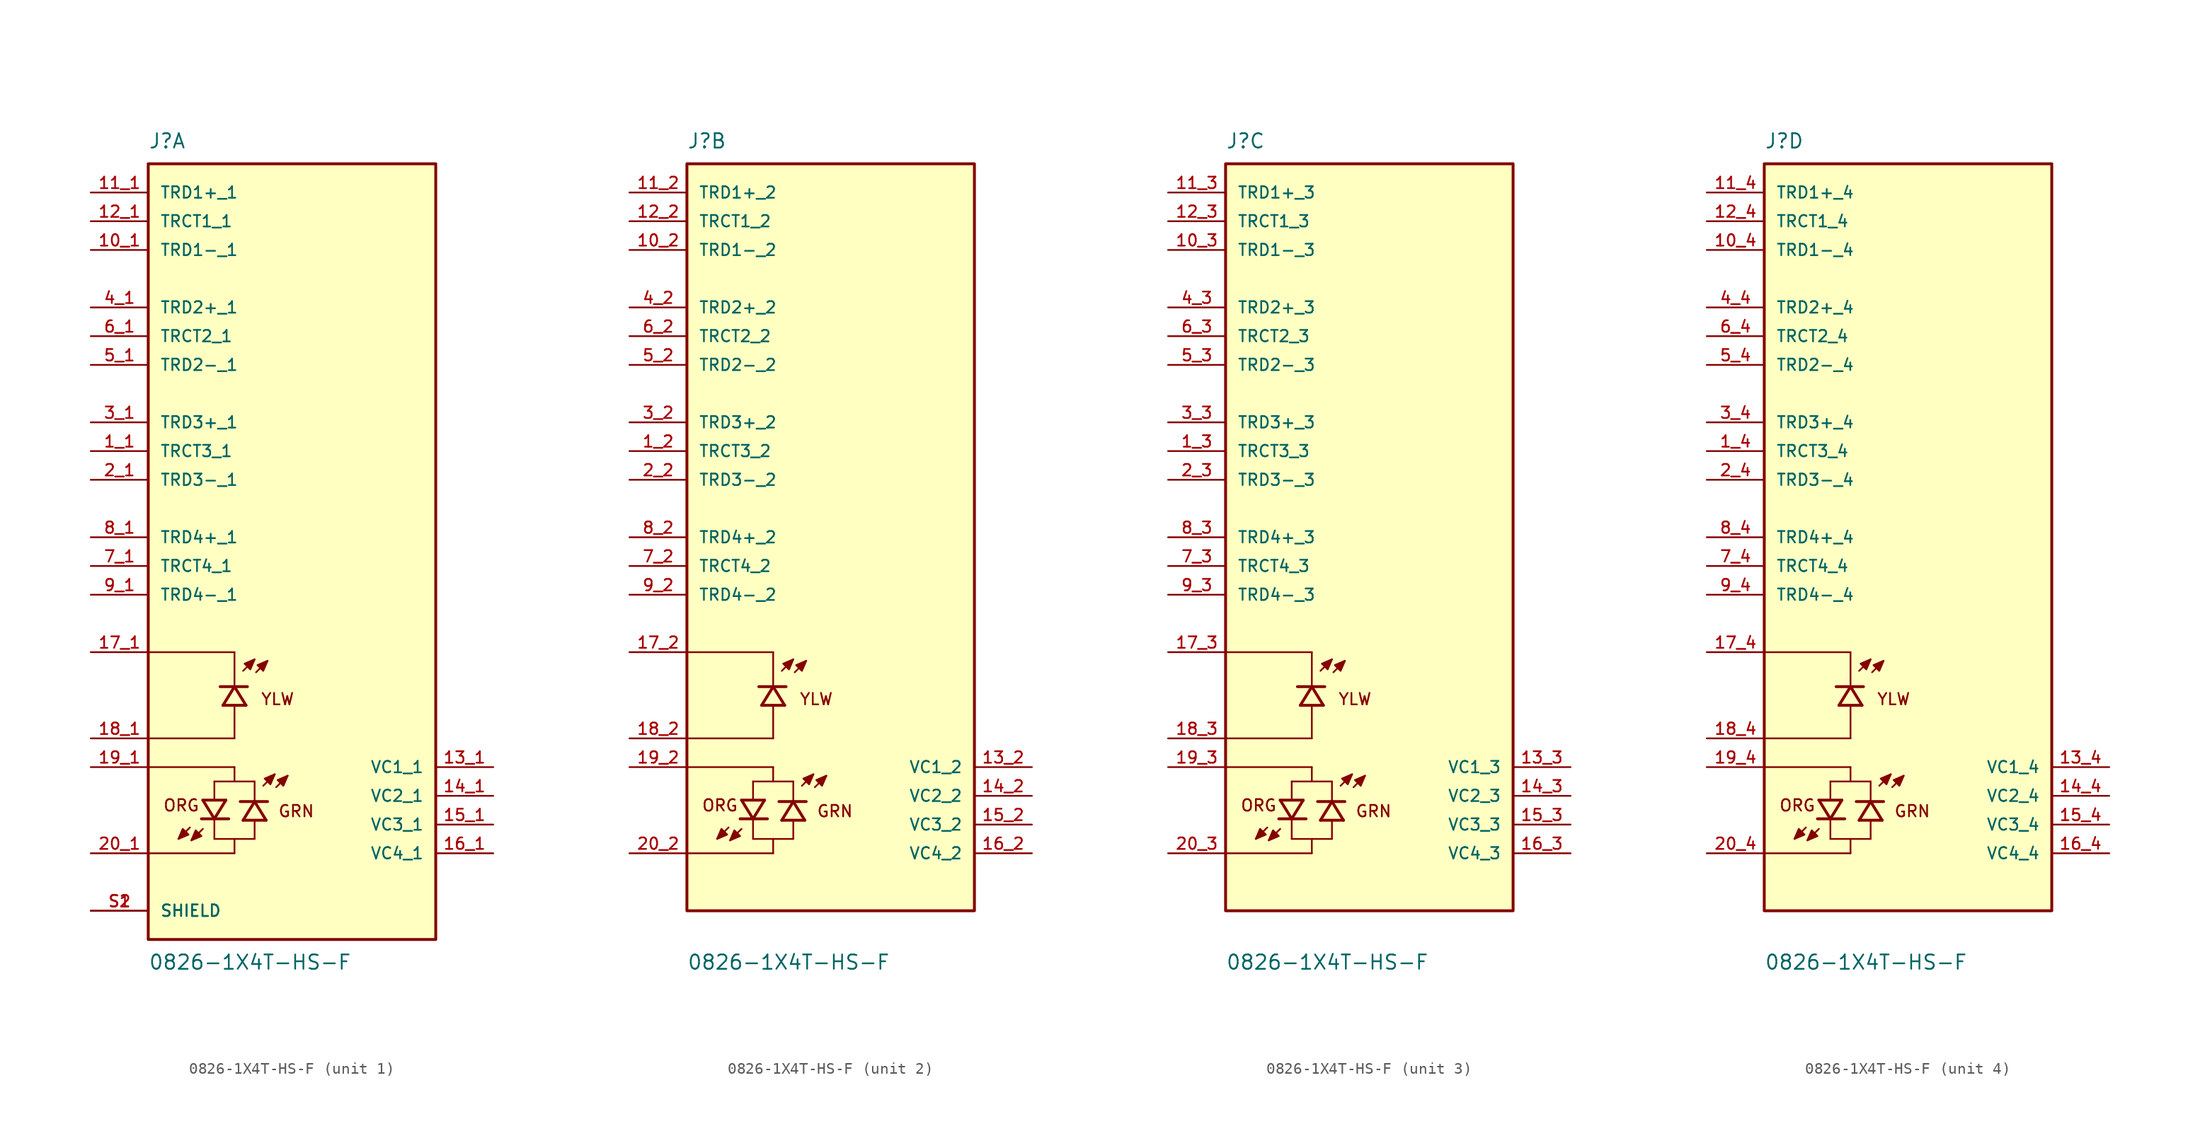
<source format=kicad_sym>
(kicad_symbol_lib
  (version 20220914)
  (generator kicad_symbol_editor)
  (symbol "0826-1X4T-HS-F"
    (pin_names
      (offset 1.016))
    (property "Reference" "J"
      (at -12.7 34.29 0)
      (effects (font (size 1.27 1.27)) (justify left bottom)))
    (property "Value" "0826-1X4T-HS-F"
      (at -12.7 -36.83 0)
      (effects (font (size 1.27 1.27)) (justify left top)))
    (symbol "0826-1X4T-HS-F_1_0"
      (rectangle (start -12.7 -35.56) (end 12.7 33.02) (stroke (width 0.254) (type default)) (fill (type background)))
      (polyline (pts (xy -9.017 -25.654) (xy -10.033 -26.67)) (stroke (width 0.152) (type default)) (fill (type none)))
      (polyline (pts (xy -8.001 -24.892) (xy -6.858 -24.892)) (stroke (width 0.254) (type default)) (fill (type none)))
      (polyline (pts (xy -7.874 -25.781) (xy -8.89 -26.797)) (stroke (width 0.152) (type default)) (fill (type none)))
      (polyline (pts (xy -7.874 -23.241) (xy -6.858 -24.892)) (stroke (width 0.254) (type default)) (fill (type none)))
      (polyline (pts (xy -7.874 -23.241) (xy -5.842 -23.241)) (stroke (width 0.254) (type default)) (fill (type none)))
      (polyline (pts (xy -6.858 -26.67) (xy -5.08 -26.67)) (stroke (width 0.152) (type default)) (fill (type none)))
      (polyline (pts (xy -6.858 -25.019) (xy -6.858 -26.67)) (stroke (width 0.152) (type default)) (fill (type none)))
      (polyline (pts (xy -6.858 -24.892) (xy -5.842 -23.241)) (stroke (width 0.254) (type default)) (fill (type none)))
      (polyline (pts (xy -6.858 -24.892) (xy -5.588 -24.892)) (stroke (width 0.254) (type default)) (fill (type none)))
      (polyline (pts (xy -6.858 -21.59) (xy -6.858 -23.114)) (stroke (width 0.152) (type default)) (fill (type none)))
      (polyline (pts (xy -6.858 -21.59) (xy -5.08 -21.59)) (stroke (width 0.152) (type default)) (fill (type none)))
      (polyline (pts (xy -5.08 -27.94) (xy -12.7 -27.94)) (stroke (width 0.152) (type default)) (fill (type none)))
      (polyline (pts (xy -5.08 -26.67) (xy -5.08 -27.94)) (stroke (width 0.152) (type default)) (fill (type none)))
      (polyline (pts (xy -5.08 -26.67) (xy -3.302 -26.67)) (stroke (width 0.152) (type default)) (fill (type none)))
      (polyline (pts (xy -5.08 -21.59) (xy -5.08 -20.32)) (stroke (width 0.152) (type default)) (fill (type none)))
      (polyline (pts (xy -5.08 -21.59) (xy -3.302 -21.59)) (stroke (width 0.152) (type default)) (fill (type none)))
      (polyline (pts (xy -5.08 -20.32) (xy -12.7 -20.32)) (stroke (width 0.152) (type default)) (fill (type none)))
      (polyline (pts (xy -5.08 -17.78) (xy -12.7 -17.78)) (stroke (width 0.152) (type default)) (fill (type none)))
      (polyline (pts (xy -5.08 -17.78) (xy -5.08 -14.986)) (stroke (width 0.152) (type default)) (fill (type none)))
      (polyline (pts (xy -5.08 -13.208) (xy -6.35 -13.208)) (stroke (width 0.254) (type default)) (fill (type none)))
      (polyline (pts (xy -5.08 -13.208) (xy -6.096 -14.859)) (stroke (width 0.254) (type default)) (fill (type none)))
      (polyline (pts (xy -5.08 -13.081) (xy -5.08 -10.16)) (stroke (width 0.152) (type default)) (fill (type none)))
      (polyline (pts (xy -5.08 -10.16) (xy -12.7 -10.16)) (stroke (width 0.152) (type default)) (fill (type none)))
      (polyline (pts (xy -4.318 -11.811) (xy -3.302 -10.795)) (stroke (width 0.152) (type default)) (fill (type none)))
      (polyline (pts (xy -4.064 -14.859) (xy -6.096 -14.859)) (stroke (width 0.254) (type default)) (fill (type none)))
      (polyline (pts (xy -4.064 -14.859) (xy -5.08 -13.208)) (stroke (width 0.254) (type default)) (fill (type none)))
      (polyline (pts (xy -3.937 -13.208) (xy -5.08 -13.208)) (stroke (width 0.254) (type default)) (fill (type none)))
      (polyline (pts (xy -3.302 -26.67) (xy -3.302 -25.146)) (stroke (width 0.152) (type default)) (fill (type none)))
      (polyline (pts (xy -3.302 -23.368) (xy -4.572 -23.368)) (stroke (width 0.254) (type default)) (fill (type none)))
      (polyline (pts (xy -3.302 -23.368) (xy -4.318 -25.019)) (stroke (width 0.254) (type default)) (fill (type none)))
      (polyline (pts (xy -3.302 -23.241) (xy -3.302 -21.59)) (stroke (width 0.152) (type default)) (fill (type none)))
      (polyline (pts (xy -3.175 -11.938) (xy -2.159 -10.922)) (stroke (width 0.152) (type default)) (fill (type none)))
      (polyline (pts (xy -2.54 -21.971) (xy -1.524 -20.955)) (stroke (width 0.152) (type default)) (fill (type none)))
      (polyline (pts (xy -2.286 -25.019) (xy -4.318 -25.019)) (stroke (width 0.254) (type default)) (fill (type none)))
      (polyline (pts (xy -2.286 -25.019) (xy -3.302 -23.368)) (stroke (width 0.254) (type default)) (fill (type none)))
      (polyline (pts (xy -2.159 -23.368) (xy -3.302 -23.368)) (stroke (width 0.254) (type default)) (fill (type none)))
      (polyline (pts (xy -1.397 -22.098) (xy -0.381 -21.082)) (stroke (width 0.152) (type default)) (fill (type none)))
      (polyline (pts (xy -10.033 -26.67) (xy -9.144 -26.289) (xy -9.652 -25.781) (xy -10.033 -26.67)) (stroke (width 0.152) (type default)) (fill (type outline)))
      (polyline (pts (xy -8.89 -26.797) (xy -8.001 -26.416) (xy -8.509 -25.908) (xy -8.89 -26.797)) (stroke (width 0.152) (type default)) (fill (type outline)))
      (polyline (pts (xy -3.302 -10.795) (xy -4.191 -11.176) (xy -3.683 -11.684) (xy -3.302 -10.795)) (stroke (width 0.152) (type default)) (fill (type outline)))
      (polyline (pts (xy -2.159 -10.922) (xy -3.048 -11.303) (xy -2.54 -11.811) (xy -2.159 -10.922)) (stroke (width 0.152) (type default)) (fill (type outline)))
      (polyline (pts (xy -1.524 -20.955) (xy -2.413 -21.336) (xy -1.905 -21.844) (xy -1.524 -20.955)) (stroke (width 0.152) (type default)) (fill (type outline)))
      (polyline (pts (xy -0.381 -21.082) (xy -1.27 -21.463) (xy -0.762 -21.971) (xy -0.381 -21.082)) (stroke (width 0.152) (type default)) (fill (type outline)))
      (text "GRN" (at -1.27 -23.622 0) (effects (font (size 1.016 1.016)) (justify left top)))
      (text "ORG" (at -11.43 -23.114 0) (effects (font (size 1.016 1.016)) (justify left top)))
      (text "YLW" (at -2.794 -13.716 0) (effects (font (size 1.016 1.016)) (justify left top)))
      (pin passive line (at -17.78 25.4 0) (length 5.08) (name "TRD1-_1" (effects (font (size 1.016 1.016)))) (number "10_1" (effects (font (size 1.016 1.016)))))
      (pin passive line (at -17.78 30.48 0) (length 5.08) (name "TRD1+_1" (effects (font (size 1.016 1.016)))) (number "11_1" (effects (font (size 1.016 1.016)))))
      (pin passive line (at -17.78 27.94 0) (length 5.08) (name "TRCT1_1" (effects (font (size 1.016 1.016)))) (number "12_1" (effects (font (size 1.016 1.016)))))
      (pin passive line (at 17.78 -20.32 180) (length 5.08) (name "VC1_1" (effects (font (size 1.016 1.016)))) (number "13_1" (effects (font (size 1.016 1.016)))))
      (pin passive line (at 17.78 -22.86 180) (length 5.08) (name "VC2_1" (effects (font (size 1.016 1.016)))) (number "14_1" (effects (font (size 1.016 1.016)))))
      (pin passive line (at 17.78 -25.4 180) (length 5.08) (name "VC3_1" (effects (font (size 1.016 1.016)))) (number "15_1" (effects (font (size 1.016 1.016)))))
      (pin passive line (at 17.78 -27.94 180) (length 5.08) (name "VC4_1" (effects (font (size 1.016 1.016)))) (number "16_1" (effects (font (size 1.016 1.016)))))
      (pin passive line (at -17.78 -10.16 0) (length 5.08) (name "~" (effects (font (size 1.016 1.016)))) (number "17_1" (effects (font (size 1.016 1.016)))))
      (pin passive line (at -17.78 -17.78 0) (length 5.08) (name "~" (effects (font (size 1.016 1.016)))) (number "18_1" (effects (font (size 1.016 1.016)))))
      (pin passive line (at -17.78 -20.32 0) (length 5.08) (name "~" (effects (font (size 1.016 1.016)))) (number "19_1" (effects (font (size 1.016 1.016)))))
      (pin passive line (at -17.78 7.62 0) (length 5.08) (name "TRCT3_1" (effects (font (size 1.016 1.016)))) (number "1_1" (effects (font (size 1.016 1.016)))))
      (pin passive line (at -17.78 -27.94 0) (length 5.08) (name "~" (effects (font (size 1.016 1.016)))) (number "20_1" (effects (font (size 1.016 1.016)))))
      (pin passive line (at -17.78 5.08 0) (length 5.08) (name "TRD3-_1" (effects (font (size 1.016 1.016)))) (number "2_1" (effects (font (size 1.016 1.016)))))
      (pin passive line (at -17.78 10.16 0) (length 5.08) (name "TRD3+_1" (effects (font (size 1.016 1.016)))) (number "3_1" (effects (font (size 1.016 1.016)))))
      (pin passive line (at -17.78 20.32 0) (length 5.08) (name "TRD2+_1" (effects (font (size 1.016 1.016)))) (number "4_1" (effects (font (size 1.016 1.016)))))
      (pin passive line (at -17.78 15.24 0) (length 5.08) (name "TRD2-_1" (effects (font (size 1.016 1.016)))) (number "5_1" (effects (font (size 1.016 1.016)))))
      (pin passive line (at -17.78 17.78 0) (length 5.08) (name "TRCT2_1" (effects (font (size 1.016 1.016)))) (number "6_1" (effects (font (size 1.016 1.016)))))
      (pin passive line (at -17.78 -2.54 0) (length 5.08) (name "TRCT4_1" (effects (font (size 1.016 1.016)))) (number "7_1" (effects (font (size 1.016 1.016)))))
      (pin passive line (at -17.78 0 0) (length 5.08) (name "TRD4+_1" (effects (font (size 1.016 1.016)))) (number "8_1" (effects (font (size 1.016 1.016)))))
      (pin passive line (at -17.78 -5.08 0) (length 5.08) (name "TRD4-_1" (effects (font (size 1.016 1.016)))) (number "9_1" (effects (font (size 1.016 1.016)))))
      (pin passive line (at -17.78 -33.02 0) (length 5.08) (name "SHIELD" (effects (font (size 1.016 1.016)))) (number "S1" (effects (font (size 1.016 1.016)))))
      (pin passive line (at -17.78 -33.02 0) (length 5.08) (name "SHIELD" (effects (font (size 1.016 1.016)))) (number "S2" (effects (font (size 1.016 1.016))))))
    (symbol "0826-1X4T-HS-F_2_0"
      (rectangle (start -12.7 -33.02) (end 12.7 33.02) (stroke (width 0.254) (type default)) (fill (type background)))
      (polyline (pts (xy -9.017 -25.654) (xy -10.033 -26.67)) (stroke (width 0.152) (type default)) (fill (type none)))
      (polyline (pts (xy -8.001 -24.892) (xy -6.858 -24.892)) (stroke (width 0.254) (type default)) (fill (type none)))
      (polyline (pts (xy -7.874 -25.781) (xy -8.89 -26.797)) (stroke (width 0.152) (type default)) (fill (type none)))
      (polyline (pts (xy -7.874 -23.241) (xy -6.858 -24.892)) (stroke (width 0.254) (type default)) (fill (type none)))
      (polyline (pts (xy -7.874 -23.241) (xy -5.842 -23.241)) (stroke (width 0.254) (type default)) (fill (type none)))
      (polyline (pts (xy -6.858 -26.67) (xy -5.08 -26.67)) (stroke (width 0.152) (type default)) (fill (type none)))
      (polyline (pts (xy -6.858 -25.019) (xy -6.858 -26.67)) (stroke (width 0.152) (type default)) (fill (type none)))
      (polyline (pts (xy -6.858 -24.892) (xy -5.842 -23.241)) (stroke (width 0.254) (type default)) (fill (type none)))
      (polyline (pts (xy -6.858 -24.892) (xy -5.588 -24.892)) (stroke (width 0.254) (type default)) (fill (type none)))
      (polyline (pts (xy -6.858 -21.59) (xy -6.858 -23.114)) (stroke (width 0.152) (type default)) (fill (type none)))
      (polyline (pts (xy -6.858 -21.59) (xy -5.08 -21.59)) (stroke (width 0.152) (type default)) (fill (type none)))
      (polyline (pts (xy -5.08 -27.94) (xy -12.7 -27.94)) (stroke (width 0.152) (type default)) (fill (type none)))
      (polyline (pts (xy -5.08 -26.67) (xy -5.08 -27.94)) (stroke (width 0.152) (type default)) (fill (type none)))
      (polyline (pts (xy -5.08 -26.67) (xy -3.302 -26.67)) (stroke (width 0.152) (type default)) (fill (type none)))
      (polyline (pts (xy -5.08 -21.59) (xy -5.08 -20.32)) (stroke (width 0.152) (type default)) (fill (type none)))
      (polyline (pts (xy -5.08 -21.59) (xy -3.302 -21.59)) (stroke (width 0.152) (type default)) (fill (type none)))
      (polyline (pts (xy -5.08 -20.32) (xy -12.7 -20.32)) (stroke (width 0.152) (type default)) (fill (type none)))
      (polyline (pts (xy -5.08 -17.78) (xy -12.7 -17.78)) (stroke (width 0.152) (type default)) (fill (type none)))
      (polyline (pts (xy -5.08 -17.78) (xy -5.08 -14.986)) (stroke (width 0.152) (type default)) (fill (type none)))
      (polyline (pts (xy -5.08 -13.208) (xy -6.35 -13.208)) (stroke (width 0.254) (type default)) (fill (type none)))
      (polyline (pts (xy -5.08 -13.208) (xy -6.096 -14.859)) (stroke (width 0.254) (type default)) (fill (type none)))
      (polyline (pts (xy -5.08 -13.081) (xy -5.08 -10.16)) (stroke (width 0.152) (type default)) (fill (type none)))
      (polyline (pts (xy -5.08 -10.16) (xy -12.7 -10.16)) (stroke (width 0.152) (type default)) (fill (type none)))
      (polyline (pts (xy -4.318 -11.811) (xy -3.302 -10.795)) (stroke (width 0.152) (type default)) (fill (type none)))
      (polyline (pts (xy -4.064 -14.859) (xy -6.096 -14.859)) (stroke (width 0.254) (type default)) (fill (type none)))
      (polyline (pts (xy -4.064 -14.859) (xy -5.08 -13.208)) (stroke (width 0.254) (type default)) (fill (type none)))
      (polyline (pts (xy -3.937 -13.208) (xy -5.08 -13.208)) (stroke (width 0.254) (type default)) (fill (type none)))
      (polyline (pts (xy -3.302 -26.67) (xy -3.302 -25.146)) (stroke (width 0.152) (type default)) (fill (type none)))
      (polyline (pts (xy -3.302 -23.368) (xy -4.572 -23.368)) (stroke (width 0.254) (type default)) (fill (type none)))
      (polyline (pts (xy -3.302 -23.368) (xy -4.318 -25.019)) (stroke (width 0.254) (type default)) (fill (type none)))
      (polyline (pts (xy -3.302 -23.241) (xy -3.302 -21.59)) (stroke (width 0.152) (type default)) (fill (type none)))
      (polyline (pts (xy -3.175 -11.938) (xy -2.159 -10.922)) (stroke (width 0.152) (type default)) (fill (type none)))
      (polyline (pts (xy -2.54 -21.971) (xy -1.524 -20.955)) (stroke (width 0.152) (type default)) (fill (type none)))
      (polyline (pts (xy -2.286 -25.019) (xy -4.318 -25.019)) (stroke (width 0.254) (type default)) (fill (type none)))
      (polyline (pts (xy -2.286 -25.019) (xy -3.302 -23.368)) (stroke (width 0.254) (type default)) (fill (type none)))
      (polyline (pts (xy -2.159 -23.368) (xy -3.302 -23.368)) (stroke (width 0.254) (type default)) (fill (type none)))
      (polyline (pts (xy -1.397 -22.098) (xy -0.381 -21.082)) (stroke (width 0.152) (type default)) (fill (type none)))
      (polyline (pts (xy -10.033 -26.67) (xy -9.144 -26.289) (xy -9.652 -25.781) (xy -10.033 -26.67)) (stroke (width 0.152) (type default)) (fill (type outline)))
      (polyline (pts (xy -8.89 -26.797) (xy -8.001 -26.416) (xy -8.509 -25.908) (xy -8.89 -26.797)) (stroke (width 0.152) (type default)) (fill (type outline)))
      (polyline (pts (xy -3.302 -10.795) (xy -4.191 -11.176) (xy -3.683 -11.684) (xy -3.302 -10.795)) (stroke (width 0.152) (type default)) (fill (type outline)))
      (polyline (pts (xy -2.159 -10.922) (xy -3.048 -11.303) (xy -2.54 -11.811) (xy -2.159 -10.922)) (stroke (width 0.152) (type default)) (fill (type outline)))
      (polyline (pts (xy -1.524 -20.955) (xy -2.413 -21.336) (xy -1.905 -21.844) (xy -1.524 -20.955)) (stroke (width 0.152) (type default)) (fill (type outline)))
      (polyline (pts (xy -0.381 -21.082) (xy -1.27 -21.463) (xy -0.762 -21.971) (xy -0.381 -21.082)) (stroke (width 0.152) (type default)) (fill (type outline)))
      (text "GRN" (at -1.27 -23.622 0) (effects (font (size 1.016 1.016)) (justify left top)))
      (text "ORG" (at -11.43 -23.114 0) (effects (font (size 1.016 1.016)) (justify left top)))
      (text "YLW" (at -2.794 -13.716 0) (effects (font (size 1.016 1.016)) (justify left top)))
      (pin passive line (at -17.78 25.4 0) (length 5.08) (name "TRD1-_2" (effects (font (size 1.016 1.016)))) (number "10_2" (effects (font (size 1.016 1.016)))))
      (pin passive line (at -17.78 30.48 0) (length 5.08) (name "TRD1+_2" (effects (font (size 1.016 1.016)))) (number "11_2" (effects (font (size 1.016 1.016)))))
      (pin passive line (at -17.78 27.94 0) (length 5.08) (name "TRCT1_2" (effects (font (size 1.016 1.016)))) (number "12_2" (effects (font (size 1.016 1.016)))))
      (pin passive line (at 17.78 -20.32 180) (length 5.08) (name "VC1_2" (effects (font (size 1.016 1.016)))) (number "13_2" (effects (font (size 1.016 1.016)))))
      (pin passive line (at 17.78 -22.86 180) (length 5.08) (name "VC2_2" (effects (font (size 1.016 1.016)))) (number "14_2" (effects (font (size 1.016 1.016)))))
      (pin passive line (at 17.78 -25.4 180) (length 5.08) (name "VC3_2" (effects (font (size 1.016 1.016)))) (number "15_2" (effects (font (size 1.016 1.016)))))
      (pin passive line (at 17.78 -27.94 180) (length 5.08) (name "VC4_2" (effects (font (size 1.016 1.016)))) (number "16_2" (effects (font (size 1.016 1.016)))))
      (pin passive line (at -17.78 -10.16 0) (length 5.08) (name "~" (effects (font (size 1.016 1.016)))) (number "17_2" (effects (font (size 1.016 1.016)))))
      (pin passive line (at -17.78 -17.78 0) (length 5.08) (name "~" (effects (font (size 1.016 1.016)))) (number "18_2" (effects (font (size 1.016 1.016)))))
      (pin passive line (at -17.78 -20.32 0) (length 5.08) (name "~" (effects (font (size 1.016 1.016)))) (number "19_2" (effects (font (size 1.016 1.016)))))
      (pin passive line (at -17.78 7.62 0) (length 5.08) (name "TRCT3_2" (effects (font (size 1.016 1.016)))) (number "1_2" (effects (font (size 1.016 1.016)))))
      (pin passive line (at -17.78 -27.94 0) (length 5.08) (name "~" (effects (font (size 1.016 1.016)))) (number "20_2" (effects (font (size 1.016 1.016)))))
      (pin passive line (at -17.78 5.08 0) (length 5.08) (name "TRD3-_2" (effects (font (size 1.016 1.016)))) (number "2_2" (effects (font (size 1.016 1.016)))))
      (pin passive line (at -17.78 10.16 0) (length 5.08) (name "TRD3+_2" (effects (font (size 1.016 1.016)))) (number "3_2" (effects (font (size 1.016 1.016)))))
      (pin passive line (at -17.78 20.32 0) (length 5.08) (name "TRD2+_2" (effects (font (size 1.016 1.016)))) (number "4_2" (effects (font (size 1.016 1.016)))))
      (pin passive line (at -17.78 15.24 0) (length 5.08) (name "TRD2-_2" (effects (font (size 1.016 1.016)))) (number "5_2" (effects (font (size 1.016 1.016)))))
      (pin passive line (at -17.78 17.78 0) (length 5.08) (name "TRCT2_2" (effects (font (size 1.016 1.016)))) (number "6_2" (effects (font (size 1.016 1.016)))))
      (pin passive line (at -17.78 -2.54 0) (length 5.08) (name "TRCT4_2" (effects (font (size 1.016 1.016)))) (number "7_2" (effects (font (size 1.016 1.016)))))
      (pin passive line (at -17.78 0 0) (length 5.08) (name "TRD4+_2" (effects (font (size 1.016 1.016)))) (number "8_2" (effects (font (size 1.016 1.016)))))
      (pin passive line (at -17.78 -5.08 0) (length 5.08) (name "TRD4-_2" (effects (font (size 1.016 1.016)))) (number "9_2" (effects (font (size 1.016 1.016))))))
    (symbol "0826-1X4T-HS-F_3_0"
      (rectangle (start -12.7 -33.02) (end 12.7 33.02) (stroke (width 0.254) (type default)) (fill (type background)))
      (polyline (pts (xy -9.017 -25.654) (xy -10.033 -26.67)) (stroke (width 0.152) (type default)) (fill (type none)))
      (polyline (pts (xy -8.001 -24.892) (xy -6.858 -24.892)) (stroke (width 0.254) (type default)) (fill (type none)))
      (polyline (pts (xy -7.874 -25.781) (xy -8.89 -26.797)) (stroke (width 0.152) (type default)) (fill (type none)))
      (polyline (pts (xy -7.874 -23.241) (xy -6.858 -24.892)) (stroke (width 0.254) (type default)) (fill (type none)))
      (polyline (pts (xy -7.874 -23.241) (xy -5.842 -23.241)) (stroke (width 0.254) (type default)) (fill (type none)))
      (polyline (pts (xy -6.858 -26.67) (xy -5.08 -26.67)) (stroke (width 0.152) (type default)) (fill (type none)))
      (polyline (pts (xy -6.858 -25.019) (xy -6.858 -26.67)) (stroke (width 0.152) (type default)) (fill (type none)))
      (polyline (pts (xy -6.858 -24.892) (xy -5.842 -23.241)) (stroke (width 0.254) (type default)) (fill (type none)))
      (polyline (pts (xy -6.858 -24.892) (xy -5.588 -24.892)) (stroke (width 0.254) (type default)) (fill (type none)))
      (polyline (pts (xy -6.858 -21.59) (xy -6.858 -23.114)) (stroke (width 0.152) (type default)) (fill (type none)))
      (polyline (pts (xy -6.858 -21.59) (xy -5.08 -21.59)) (stroke (width 0.152) (type default)) (fill (type none)))
      (polyline (pts (xy -5.08 -27.94) (xy -12.7 -27.94)) (stroke (width 0.152) (type default)) (fill (type none)))
      (polyline (pts (xy -5.08 -26.67) (xy -5.08 -27.94)) (stroke (width 0.152) (type default)) (fill (type none)))
      (polyline (pts (xy -5.08 -26.67) (xy -3.302 -26.67)) (stroke (width 0.152) (type default)) (fill (type none)))
      (polyline (pts (xy -5.08 -21.59) (xy -5.08 -20.32)) (stroke (width 0.152) (type default)) (fill (type none)))
      (polyline (pts (xy -5.08 -21.59) (xy -3.302 -21.59)) (stroke (width 0.152) (type default)) (fill (type none)))
      (polyline (pts (xy -5.08 -20.32) (xy -12.7 -20.32)) (stroke (width 0.152) (type default)) (fill (type none)))
      (polyline (pts (xy -5.08 -17.78) (xy -12.7 -17.78)) (stroke (width 0.152) (type default)) (fill (type none)))
      (polyline (pts (xy -5.08 -17.78) (xy -5.08 -14.986)) (stroke (width 0.152) (type default)) (fill (type none)))
      (polyline (pts (xy -5.08 -13.208) (xy -6.35 -13.208)) (stroke (width 0.254) (type default)) (fill (type none)))
      (polyline (pts (xy -5.08 -13.208) (xy -6.096 -14.859)) (stroke (width 0.254) (type default)) (fill (type none)))
      (polyline (pts (xy -5.08 -13.081) (xy -5.08 -10.16)) (stroke (width 0.152) (type default)) (fill (type none)))
      (polyline (pts (xy -5.08 -10.16) (xy -12.7 -10.16)) (stroke (width 0.152) (type default)) (fill (type none)))
      (polyline (pts (xy -4.318 -11.811) (xy -3.302 -10.795)) (stroke (width 0.152) (type default)) (fill (type none)))
      (polyline (pts (xy -4.064 -14.859) (xy -6.096 -14.859)) (stroke (width 0.254) (type default)) (fill (type none)))
      (polyline (pts (xy -4.064 -14.859) (xy -5.08 -13.208)) (stroke (width 0.254) (type default)) (fill (type none)))
      (polyline (pts (xy -3.937 -13.208) (xy -5.08 -13.208)) (stroke (width 0.254) (type default)) (fill (type none)))
      (polyline (pts (xy -3.302 -26.67) (xy -3.302 -25.146)) (stroke (width 0.152) (type default)) (fill (type none)))
      (polyline (pts (xy -3.302 -23.368) (xy -4.572 -23.368)) (stroke (width 0.254) (type default)) (fill (type none)))
      (polyline (pts (xy -3.302 -23.368) (xy -4.318 -25.019)) (stroke (width 0.254) (type default)) (fill (type none)))
      (polyline (pts (xy -3.302 -23.241) (xy -3.302 -21.59)) (stroke (width 0.152) (type default)) (fill (type none)))
      (polyline (pts (xy -3.175 -11.938) (xy -2.159 -10.922)) (stroke (width 0.152) (type default)) (fill (type none)))
      (polyline (pts (xy -2.54 -21.971) (xy -1.524 -20.955)) (stroke (width 0.152) (type default)) (fill (type none)))
      (polyline (pts (xy -2.286 -25.019) (xy -4.318 -25.019)) (stroke (width 0.254) (type default)) (fill (type none)))
      (polyline (pts (xy -2.286 -25.019) (xy -3.302 -23.368)) (stroke (width 0.254) (type default)) (fill (type none)))
      (polyline (pts (xy -2.159 -23.368) (xy -3.302 -23.368)) (stroke (width 0.254) (type default)) (fill (type none)))
      (polyline (pts (xy -1.397 -22.098) (xy -0.381 -21.082)) (stroke (width 0.152) (type default)) (fill (type none)))
      (polyline (pts (xy -10.033 -26.67) (xy -9.144 -26.289) (xy -9.652 -25.781) (xy -10.033 -26.67)) (stroke (width 0.152) (type default)) (fill (type outline)))
      (polyline (pts (xy -8.89 -26.797) (xy -8.001 -26.416) (xy -8.509 -25.908) (xy -8.89 -26.797)) (stroke (width 0.152) (type default)) (fill (type outline)))
      (polyline (pts (xy -3.302 -10.795) (xy -4.191 -11.176) (xy -3.683 -11.684) (xy -3.302 -10.795)) (stroke (width 0.152) (type default)) (fill (type outline)))
      (polyline (pts (xy -2.159 -10.922) (xy -3.048 -11.303) (xy -2.54 -11.811) (xy -2.159 -10.922)) (stroke (width 0.152) (type default)) (fill (type outline)))
      (polyline (pts (xy -1.524 -20.955) (xy -2.413 -21.336) (xy -1.905 -21.844) (xy -1.524 -20.955)) (stroke (width 0.152) (type default)) (fill (type outline)))
      (polyline (pts (xy -0.381 -21.082) (xy -1.27 -21.463) (xy -0.762 -21.971) (xy -0.381 -21.082)) (stroke (width 0.152) (type default)) (fill (type outline)))
      (text "GRN" (at -1.27 -23.622 0) (effects (font (size 1.016 1.016)) (justify left top)))
      (text "ORG" (at -11.43 -23.114 0) (effects (font (size 1.016 1.016)) (justify left top)))
      (text "YLW" (at -2.794 -13.716 0) (effects (font (size 1.016 1.016)) (justify left top)))
      (pin passive line (at -17.78 25.4 0) (length 5.08) (name "TRD1-_3" (effects (font (size 1.016 1.016)))) (number "10_3" (effects (font (size 1.016 1.016)))))
      (pin passive line (at -17.78 30.48 0) (length 5.08) (name "TRD1+_3" (effects (font (size 1.016 1.016)))) (number "11_3" (effects (font (size 1.016 1.016)))))
      (pin passive line (at -17.78 27.94 0) (length 5.08) (name "TRCT1_3" (effects (font (size 1.016 1.016)))) (number "12_3" (effects (font (size 1.016 1.016)))))
      (pin passive line (at 17.78 -20.32 180) (length 5.08) (name "VC1_3" (effects (font (size 1.016 1.016)))) (number "13_3" (effects (font (size 1.016 1.016)))))
      (pin passive line (at 17.78 -22.86 180) (length 5.08) (name "VC2_3" (effects (font (size 1.016 1.016)))) (number "14_3" (effects (font (size 1.016 1.016)))))
      (pin passive line (at 17.78 -25.4 180) (length 5.08) (name "VC3_3" (effects (font (size 1.016 1.016)))) (number "15_3" (effects (font (size 1.016 1.016)))))
      (pin passive line (at 17.78 -27.94 180) (length 5.08) (name "VC4_3" (effects (font (size 1.016 1.016)))) (number "16_3" (effects (font (size 1.016 1.016)))))
      (pin passive line (at -17.78 -10.16 0) (length 5.08) (name "~" (effects (font (size 1.016 1.016)))) (number "17_3" (effects (font (size 1.016 1.016)))))
      (pin passive line (at -17.78 -17.78 0) (length 5.08) (name "~" (effects (font (size 1.016 1.016)))) (number "18_3" (effects (font (size 1.016 1.016)))))
      (pin passive line (at -17.78 -20.32 0) (length 5.08) (name "~" (effects (font (size 1.016 1.016)))) (number "19_3" (effects (font (size 1.016 1.016)))))
      (pin passive line (at -17.78 7.62 0) (length 5.08) (name "TRCT3_3" (effects (font (size 1.016 1.016)))) (number "1_3" (effects (font (size 1.016 1.016)))))
      (pin passive line (at -17.78 -27.94 0) (length 5.08) (name "~" (effects (font (size 1.016 1.016)))) (number "20_3" (effects (font (size 1.016 1.016)))))
      (pin passive line (at -17.78 5.08 0) (length 5.08) (name "TRD3-_3" (effects (font (size 1.016 1.016)))) (number "2_3" (effects (font (size 1.016 1.016)))))
      (pin passive line (at -17.78 10.16 0) (length 5.08) (name "TRD3+_3" (effects (font (size 1.016 1.016)))) (number "3_3" (effects (font (size 1.016 1.016)))))
      (pin passive line (at -17.78 20.32 0) (length 5.08) (name "TRD2+_3" (effects (font (size 1.016 1.016)))) (number "4_3" (effects (font (size 1.016 1.016)))))
      (pin passive line (at -17.78 15.24 0) (length 5.08) (name "TRD2-_3" (effects (font (size 1.016 1.016)))) (number "5_3" (effects (font (size 1.016 1.016)))))
      (pin passive line (at -17.78 17.78 0) (length 5.08) (name "TRCT2_3" (effects (font (size 1.016 1.016)))) (number "6_3" (effects (font (size 1.016 1.016)))))
      (pin passive line (at -17.78 -2.54 0) (length 5.08) (name "TRCT4_3" (effects (font (size 1.016 1.016)))) (number "7_3" (effects (font (size 1.016 1.016)))))
      (pin passive line (at -17.78 0 0) (length 5.08) (name "TRD4+_3" (effects (font (size 1.016 1.016)))) (number "8_3" (effects (font (size 1.016 1.016)))))
      (pin passive line (at -17.78 -5.08 0) (length 5.08) (name "TRD4-_3" (effects (font (size 1.016 1.016)))) (number "9_3" (effects (font (size 1.016 1.016))))))
    (symbol "0826-1X4T-HS-F_4_0"
      (rectangle (start -12.7 -33.02) (end 12.7 33.02) (stroke (width 0.254) (type default)) (fill (type background)))
      (polyline (pts (xy -9.017 -25.654) (xy -10.033 -26.67)) (stroke (width 0.152) (type default)) (fill (type none)))
      (polyline (pts (xy -8.001 -24.892) (xy -6.858 -24.892)) (stroke (width 0.254) (type default)) (fill (type none)))
      (polyline (pts (xy -7.874 -25.781) (xy -8.89 -26.797)) (stroke (width 0.152) (type default)) (fill (type none)))
      (polyline (pts (xy -7.874 -23.241) (xy -6.858 -24.892)) (stroke (width 0.254) (type default)) (fill (type none)))
      (polyline (pts (xy -7.874 -23.241) (xy -5.842 -23.241)) (stroke (width 0.254) (type default)) (fill (type none)))
      (polyline (pts (xy -6.858 -26.67) (xy -5.08 -26.67)) (stroke (width 0.152) (type default)) (fill (type none)))
      (polyline (pts (xy -6.858 -25.019) (xy -6.858 -26.67)) (stroke (width 0.152) (type default)) (fill (type none)))
      (polyline (pts (xy -6.858 -24.892) (xy -5.842 -23.241)) (stroke (width 0.254) (type default)) (fill (type none)))
      (polyline (pts (xy -6.858 -24.892) (xy -5.588 -24.892)) (stroke (width 0.254) (type default)) (fill (type none)))
      (polyline (pts (xy -6.858 -21.59) (xy -6.858 -23.114)) (stroke (width 0.152) (type default)) (fill (type none)))
      (polyline (pts (xy -6.858 -21.59) (xy -5.08 -21.59)) (stroke (width 0.152) (type default)) (fill (type none)))
      (polyline (pts (xy -5.08 -27.94) (xy -12.7 -27.94)) (stroke (width 0.152) (type default)) (fill (type none)))
      (polyline (pts (xy -5.08 -26.67) (xy -5.08 -27.94)) (stroke (width 0.152) (type default)) (fill (type none)))
      (polyline (pts (xy -5.08 -26.67) (xy -3.302 -26.67)) (stroke (width 0.152) (type default)) (fill (type none)))
      (polyline (pts (xy -5.08 -21.59) (xy -5.08 -20.32)) (stroke (width 0.152) (type default)) (fill (type none)))
      (polyline (pts (xy -5.08 -21.59) (xy -3.302 -21.59)) (stroke (width 0.152) (type default)) (fill (type none)))
      (polyline (pts (xy -5.08 -20.32) (xy -12.7 -20.32)) (stroke (width 0.152) (type default)) (fill (type none)))
      (polyline (pts (xy -5.08 -17.78) (xy -12.7 -17.78)) (stroke (width 0.152) (type default)) (fill (type none)))
      (polyline (pts (xy -5.08 -17.78) (xy -5.08 -14.986)) (stroke (width 0.152) (type default)) (fill (type none)))
      (polyline (pts (xy -5.08 -13.208) (xy -6.35 -13.208)) (stroke (width 0.254) (type default)) (fill (type none)))
      (polyline (pts (xy -5.08 -13.208) (xy -6.096 -14.859)) (stroke (width 0.254) (type default)) (fill (type none)))
      (polyline (pts (xy -5.08 -13.081) (xy -5.08 -10.16)) (stroke (width 0.152) (type default)) (fill (type none)))
      (polyline (pts (xy -5.08 -10.16) (xy -12.7 -10.16)) (stroke (width 0.152) (type default)) (fill (type none)))
      (polyline (pts (xy -4.318 -11.811) (xy -3.302 -10.795)) (stroke (width 0.152) (type default)) (fill (type none)))
      (polyline (pts (xy -4.064 -14.859) (xy -6.096 -14.859)) (stroke (width 0.254) (type default)) (fill (type none)))
      (polyline (pts (xy -4.064 -14.859) (xy -5.08 -13.208)) (stroke (width 0.254) (type default)) (fill (type none)))
      (polyline (pts (xy -3.937 -13.208) (xy -5.08 -13.208)) (stroke (width 0.254) (type default)) (fill (type none)))
      (polyline (pts (xy -3.302 -26.67) (xy -3.302 -25.146)) (stroke (width 0.152) (type default)) (fill (type none)))
      (polyline (pts (xy -3.302 -23.368) (xy -4.572 -23.368)) (stroke (width 0.254) (type default)) (fill (type none)))
      (polyline (pts (xy -3.302 -23.368) (xy -4.318 -25.019)) (stroke (width 0.254) (type default)) (fill (type none)))
      (polyline (pts (xy -3.302 -23.241) (xy -3.302 -21.59)) (stroke (width 0.152) (type default)) (fill (type none)))
      (polyline (pts (xy -3.175 -11.938) (xy -2.159 -10.922)) (stroke (width 0.152) (type default)) (fill (type none)))
      (polyline (pts (xy -2.54 -21.971) (xy -1.524 -20.955)) (stroke (width 0.152) (type default)) (fill (type none)))
      (polyline (pts (xy -2.286 -25.019) (xy -4.318 -25.019)) (stroke (width 0.254) (type default)) (fill (type none)))
      (polyline (pts (xy -2.286 -25.019) (xy -3.302 -23.368)) (stroke (width 0.254) (type default)) (fill (type none)))
      (polyline (pts (xy -2.159 -23.368) (xy -3.302 -23.368)) (stroke (width 0.254) (type default)) (fill (type none)))
      (polyline (pts (xy -1.397 -22.098) (xy -0.381 -21.082)) (stroke (width 0.152) (type default)) (fill (type none)))
      (polyline (pts (xy -10.033 -26.67) (xy -9.144 -26.289) (xy -9.652 -25.781) (xy -10.033 -26.67)) (stroke (width 0.152) (type default)) (fill (type outline)))
      (polyline (pts (xy -8.89 -26.797) (xy -8.001 -26.416) (xy -8.509 -25.908) (xy -8.89 -26.797)) (stroke (width 0.152) (type default)) (fill (type outline)))
      (polyline (pts (xy -3.302 -10.795) (xy -4.191 -11.176) (xy -3.683 -11.684) (xy -3.302 -10.795)) (stroke (width 0.152) (type default)) (fill (type outline)))
      (polyline (pts (xy -2.159 -10.922) (xy -3.048 -11.303) (xy -2.54 -11.811) (xy -2.159 -10.922)) (stroke (width 0.152) (type default)) (fill (type outline)))
      (polyline (pts (xy -1.524 -20.955) (xy -2.413 -21.336) (xy -1.905 -21.844) (xy -1.524 -20.955)) (stroke (width 0.152) (type default)) (fill (type outline)))
      (polyline (pts (xy -0.381 -21.082) (xy -1.27 -21.463) (xy -0.762 -21.971) (xy -0.381 -21.082)) (stroke (width 0.152) (type default)) (fill (type outline)))
      (text "GRN" (at -1.27 -23.622 0) (effects (font (size 1.016 1.016)) (justify left top)))
      (text "ORG" (at -11.43 -23.114 0) (effects (font (size 1.016 1.016)) (justify left top)))
      (text "YLW" (at -2.794 -13.716 0) (effects (font (size 1.016 1.016)) (justify left top)))
      (pin passive line (at -17.78 25.4 0) (length 5.08) (name "TRD1-_4" (effects (font (size 1.016 1.016)))) (number "10_4" (effects (font (size 1.016 1.016)))))
      (pin passive line (at -17.78 30.48 0) (length 5.08) (name "TRD1+_4" (effects (font (size 1.016 1.016)))) (number "11_4" (effects (font (size 1.016 1.016)))))
      (pin passive line (at -17.78 27.94 0) (length 5.08) (name "TRCT1_4" (effects (font (size 1.016 1.016)))) (number "12_4" (effects (font (size 1.016 1.016)))))
      (pin passive line (at 17.78 -20.32 180) (length 5.08) (name "VC1_4" (effects (font (size 1.016 1.016)))) (number "13_4" (effects (font (size 1.016 1.016)))))
      (pin passive line (at 17.78 -22.86 180) (length 5.08) (name "VC2_4" (effects (font (size 1.016 1.016)))) (number "14_4" (effects (font (size 1.016 1.016)))))
      (pin passive line (at 17.78 -25.4 180) (length 5.08) (name "VC3_4" (effects (font (size 1.016 1.016)))) (number "15_4" (effects (font (size 1.016 1.016)))))
      (pin passive line (at 17.78 -27.94 180) (length 5.08) (name "VC4_4" (effects (font (size 1.016 1.016)))) (number "16_4" (effects (font (size 1.016 1.016)))))
      (pin passive line (at -17.78 -10.16 0) (length 5.08) (name "~" (effects (font (size 1.016 1.016)))) (number "17_4" (effects (font (size 1.016 1.016)))))
      (pin passive line (at -17.78 -17.78 0) (length 5.08) (name "~" (effects (font (size 1.016 1.016)))) (number "18_4" (effects (font (size 1.016 1.016)))))
      (pin passive line (at -17.78 -20.32 0) (length 5.08) (name "~" (effects (font (size 1.016 1.016)))) (number "19_4" (effects (font (size 1.016 1.016)))))
      (pin passive line (at -17.78 7.62 0) (length 5.08) (name "TRCT3_4" (effects (font (size 1.016 1.016)))) (number "1_4" (effects (font (size 1.016 1.016)))))
      (pin passive line (at -17.78 -27.94 0) (length 5.08) (name "~" (effects (font (size 1.016 1.016)))) (number "20_4" (effects (font (size 1.016 1.016)))))
      (pin passive line (at -17.78 5.08 0) (length 5.08) (name "TRD3-_4" (effects (font (size 1.016 1.016)))) (number "2_4" (effects (font (size 1.016 1.016)))))
      (pin passive line (at -17.78 10.16 0) (length 5.08) (name "TRD3+_4" (effects (font (size 1.016 1.016)))) (number "3_4" (effects (font (size 1.016 1.016)))))
      (pin passive line (at -17.78 20.32 0) (length 5.08) (name "TRD2+_4" (effects (font (size 1.016 1.016)))) (number "4_4" (effects (font (size 1.016 1.016)))))
      (pin passive line (at -17.78 15.24 0) (length 5.08) (name "TRD2-_4" (effects (font (size 1.016 1.016)))) (number "5_4" (effects (font (size 1.016 1.016)))))
      (pin passive line (at -17.78 17.78 0) (length 5.08) (name "TRCT2_4" (effects (font (size 1.016 1.016)))) (number "6_4" (effects (font (size 1.016 1.016)))))
      (pin passive line (at -17.78 -2.54 0) (length 5.08) (name "TRCT4_4" (effects (font (size 1.016 1.016)))) (number "7_4" (effects (font (size 1.016 1.016)))))
      (pin passive line (at -17.78 0 0) (length 5.08) (name "TRD4+_4" (effects (font (size 1.016 1.016)))) (number "8_4" (effects (font (size 1.016 1.016)))))
      (pin passive line (at -17.78 -5.08 0) (length 5.08) (name "TRD4-_4" (effects (font (size 1.016 1.016)))) (number "9_4" (effects (font (size 1.016 1.016))))))))
</source>
